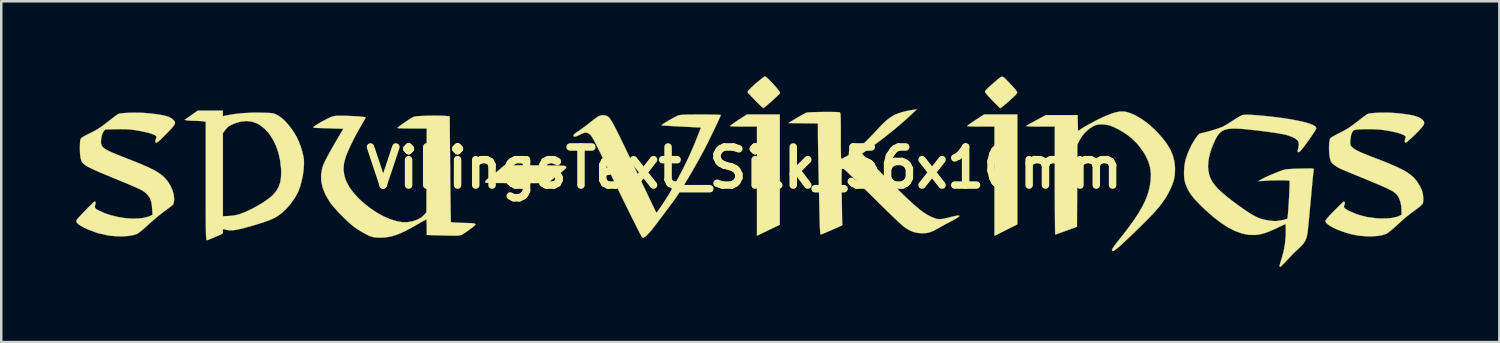
<source format=kicad_pcb>
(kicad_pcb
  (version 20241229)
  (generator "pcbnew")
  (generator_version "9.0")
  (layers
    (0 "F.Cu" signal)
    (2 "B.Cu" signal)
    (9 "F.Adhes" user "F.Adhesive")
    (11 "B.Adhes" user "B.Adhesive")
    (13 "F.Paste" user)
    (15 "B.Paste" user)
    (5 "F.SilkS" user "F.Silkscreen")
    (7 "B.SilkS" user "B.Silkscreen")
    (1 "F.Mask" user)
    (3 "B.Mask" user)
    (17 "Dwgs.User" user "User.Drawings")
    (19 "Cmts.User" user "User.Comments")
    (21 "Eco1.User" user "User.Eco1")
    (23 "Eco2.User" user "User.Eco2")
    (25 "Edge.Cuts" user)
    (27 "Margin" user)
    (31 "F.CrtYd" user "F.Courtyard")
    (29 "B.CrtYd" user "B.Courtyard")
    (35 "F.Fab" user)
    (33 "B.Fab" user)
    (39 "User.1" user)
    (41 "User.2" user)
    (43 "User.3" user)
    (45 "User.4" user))
  (footprint "VikingsText_Silk_56x10mm"
    (layer "F.Cu")
    (at 26.718 3.663)
    (property "Reference" "VikingsText_Silk_56x10mm" (at 0 0 0) (layer "F.SilkS") (effects (font (size 1.524 1.524) (thickness 0.3))))
    (attr through_hole)
    (fp_poly (pts (xy 1.421 2.273) (xy 0.964 2.494) (xy 0.508 2.715) (xy 0.508 -1.651) (xy -0.021 -1.651) (xy -0.18 -1.652) (xy -0.322 -1.654) (xy -0.438 -1.657) (xy -0.522 -1.662) (xy -0.564 -1.667) (xy -0.568 -1.669) (xy -0.554 -1.687) (xy -0.503 -1.729) (xy -0.423 -1.787) (xy -0.32 -1.857) (xy -0.241 -1.91) (xy 0.104 -2.134) (xy 1.422 -2.134) (xy 1.421 2.273)) (stroke (width 0.01) (type solid)) (fill yes) (layer "F.SilkS"))
    (fp_poly (pts (xy 10.922 2.26) (xy 10.465 2.489) (xy 10.008 2.718) (xy 10.008 -1.651) (xy 9.461 -1.651) (xy 9.3 -1.652) (xy 9.158 -1.655) (xy 9.043 -1.659) (xy 8.96 -1.665) (xy 8.919 -1.671) (xy 8.915 -1.674) (xy 8.936 -1.694) (xy 8.992 -1.737) (xy 9.076 -1.796) (xy 9.182 -1.868) (xy 9.255 -1.915) (xy 9.594 -2.134) (xy 10.922 -2.134) (xy 10.922 2.26)) (stroke (width 0.01) (type solid)) (fill yes) (layer "F.SilkS"))
    (fp_poly (pts (xy -8.421 -0.099) (xy -8.18 -0.098) (xy -7.953 -0.097) (xy -7.746 -0.094) (xy -7.563 -0.092) (xy -7.41 -0.089) (xy -7.293 -0.086) (xy -7.217 -0.082) (xy -7.188 -0.079) (xy -7.135 -0.055) (xy -7.121 -0.021) (xy -7.146 0.027) (xy -7.213 0.092) (xy -7.308 0.167) (xy -7.421 0.254) (xy -7.546 0.352) (xy -7.657 0.444) (xy -7.679 0.462) (xy -7.851 0.61) (xy -9.09 0.61) (xy -9.337 0.609) (xy -9.567 0.608) (xy -9.777 0.607) (xy -9.962 0.605) (xy -10.116 0.602) (xy -10.234 0.599) (xy -10.313 0.596) (xy -10.346 0.593) (xy -10.346 0.593) (xy -10.363 0.558) (xy -10.344 0.515) (xy -10.288 0.459) (xy -10.193 0.387) (xy -10.099 0.317) (xy -9.984 0.227) (xy -9.867 0.132) (xy -9.807 0.083) (xy -9.591 -0.102) (xy -8.421 -0.099)) (stroke (width 0.01) (type solid)) (fill yes) (layer "F.SilkS"))
    (fp_poly (pts (xy 0.864 -3.639) (xy 0.925 -3.59) (xy 1.002 -3.517) (xy 1.088 -3.428) (xy 1.178 -3.331) (xy 1.264 -3.233) (xy 1.339 -3.141) (xy 1.396 -3.065) (xy 1.429 -3.01) (xy 1.433 -2.989) (xy 1.411 -2.961) (xy 1.358 -2.908) (xy 1.282 -2.836) (xy 1.192 -2.752) (xy 1.094 -2.664) (xy 0.997 -2.578) (xy 0.907 -2.5) (xy 0.833 -2.438) (xy 0.783 -2.398) (xy 0.763 -2.388) (xy 0.739 -2.405) (xy 0.686 -2.453) (xy 0.611 -2.525) (xy 0.519 -2.615) (xy 0.453 -2.681) (xy 0.354 -2.784) (xy 0.267 -2.876) (xy 0.198 -2.95) (xy 0.154 -3.001) (xy 0.142 -3.017) (xy 0.138 -3.044) (xy 0.159 -3.083) (xy 0.208 -3.139) (xy 0.292 -3.22) (xy 0.294 -3.222) (xy 0.42 -3.337) (xy 0.539 -3.441) (xy 0.646 -3.531) (xy 0.734 -3.6) (xy 0.797 -3.644) (xy 0.828 -3.658) (xy 0.864 -3.639)) (stroke (width 0.01) (type solid)) (fill yes) (layer "F.SilkS"))
    (fp_poly (pts (xy 10.355 -3.635) (xy 10.372 -3.624) (xy 10.416 -3.588) (xy 10.482 -3.523) (xy 10.564 -3.439) (xy 10.653 -3.345) (xy 10.74 -3.249) (xy 10.817 -3.162) (xy 10.875 -3.091) (xy 10.907 -3.045) (xy 10.909 -3.042) (xy 10.916 -3.014) (xy 10.905 -2.982) (xy 10.872 -2.939) (xy 10.811 -2.876) (xy 10.744 -2.812) (xy 10.624 -2.702) (xy 10.51 -2.601) (xy 10.408 -2.514) (xy 10.325 -2.445) (xy 10.266 -2.402) (xy 10.24 -2.388) (xy 10.217 -2.405) (xy 10.165 -2.453) (xy 10.09 -2.526) (xy 9.999 -2.617) (xy 9.924 -2.695) (xy 9.825 -2.799) (xy 9.74 -2.892) (xy 9.675 -2.968) (xy 9.636 -3.02) (xy 9.627 -3.039) (xy 9.638 -3.072) (xy 9.676 -3.121) (xy 9.743 -3.19) (xy 9.843 -3.283) (xy 9.979 -3.402) (xy 9.989 -3.411) (xy 10.105 -3.51) (xy 10.189 -3.579) (xy 10.249 -3.622) (xy 10.293 -3.643) (xy 10.326 -3.646) (xy 10.355 -3.635)) (stroke (width 0.01) (type solid)) (fill yes) (layer "F.SilkS"))
    (fp_poly (pts (xy 15.3 -2.233) (xy 15.454 -2.183) (xy 15.625 -2.105) (xy 15.721 -2.055) (xy 15.965 -1.906) (xy 16.205 -1.721) (xy 16.449 -1.495) (xy 16.501 -1.442) (xy 16.726 -1.193) (xy 16.906 -0.955) (xy 17.044 -0.725) (xy 17.142 -0.495) (xy 17.202 -0.261) (xy 17.228 -0.018) (xy 17.229 0.064) (xy 17.22 0.271) (xy 17.189 0.457) (xy 17.132 0.642) (xy 17.045 0.844) (xy 17.036 0.864) (xy 16.96 1.013) (xy 16.88 1.154) (xy 16.792 1.291) (xy 16.693 1.43) (xy 16.579 1.575) (xy 16.445 1.729) (xy 16.288 1.899) (xy 16.105 2.088) (xy 15.891 2.301) (xy 15.643 2.542) (xy 15.629 2.556) (xy 15.419 2.758) (xy 15.243 2.925) (xy 15.097 3.06) (xy 14.979 3.165) (xy 14.886 3.242) (xy 14.816 3.294) (xy 14.765 3.322) (xy 14.732 3.329) (xy 14.713 3.315) (xy 14.707 3.285) (xy 14.707 3.278) (xy 14.722 3.24) (xy 14.764 3.173) (xy 14.827 3.084) (xy 14.905 2.983) (xy 14.925 2.958) (xy 15.184 2.633) (xy 15.409 2.337) (xy 15.602 2.068) (xy 15.765 1.82) (xy 15.9 1.59) (xy 16.011 1.373) (xy 16.099 1.164) (xy 16.166 0.959) (xy 16.216 0.754) (xy 16.25 0.545) (xy 16.253 0.521) (xy 16.266 0.25) (xy 16.235 -0.009) (xy 16.16 -0.262) (xy 16.037 -0.517) (xy 15.942 -0.671) (xy 15.733 -0.946) (xy 15.498 -1.181) (xy 15.231 -1.382) (xy 15.127 -1.446) (xy 14.938 -1.553) (xy 14.779 -1.632) (xy 14.64 -1.686) (xy 14.51 -1.719) (xy 14.381 -1.735) (xy 14.313 -1.737) (xy 14.199 -1.736) (xy 14.115 -1.726) (xy 14.039 -1.702) (xy 13.959 -1.666) (xy 13.805 -1.569) (xy 13.655 -1.437) (xy 13.521 -1.283) (xy 13.417 -1.121) (xy 13.408 -1.102) (xy 13.322 -0.927) (xy 13.315 0.714) (xy 13.308 2.356) (xy 12.883 2.512) (xy 12.745 2.562) (xy 12.624 2.605) (xy 12.527 2.639) (xy 12.463 2.661) (xy 12.44 2.667) (xy 12.437 2.642) (xy 12.434 2.57) (xy 12.431 2.455) (xy 12.429 2.3) (xy 12.427 2.109) (xy 12.425 1.885) (xy 12.423 1.633) (xy 12.422 1.356) (xy 12.421 1.058) (xy 12.421 0.742) (xy 12.421 0.508) (xy 12.421 -1.651) (xy 11.849 -1.651) (xy 11.685 -1.652) (xy 11.539 -1.654) (xy 11.419 -1.658) (xy 11.331 -1.662) (xy 11.284 -1.667) (xy 11.278 -1.67) (xy 11.299 -1.688) (xy 11.358 -1.725) (xy 11.448 -1.777) (xy 11.561 -1.84) (xy 11.671 -1.899) (xy 12.063 -2.108) (xy 13.333 -2.108) (xy 13.348 -1.472) (xy 13.44 -1.535) (xy 13.546 -1.603) (xy 13.687 -1.685) (xy 13.848 -1.774) (xy 14.019 -1.865) (xy 14.187 -1.951) (xy 14.338 -2.024) (xy 14.434 -2.067) (xy 14.653 -2.155) (xy 14.839 -2.216) (xy 15.003 -2.25) (xy 15.153 -2.255) (xy 15.3 -2.233)) (stroke (width 0.01) (type solid)) (fill yes) (layer "F.SilkS"))
    (fp_poly (pts (xy -20.853 -2.066) (xy -20.695 -2.099) (xy -20.368 -2.155) (xy -20.027 -2.19) (xy -19.658 -2.206) (xy -19.375 -2.206) (xy -19.2 -2.202) (xy -19.068 -2.199) (xy -18.968 -2.194) (xy -18.894 -2.187) (xy -18.837 -2.176) (xy -18.787 -2.161) (xy -18.737 -2.14) (xy -18.701 -2.124) (xy -18.563 -2.041) (xy -18.416 -1.918) (xy -18.267 -1.762) (xy -18.123 -1.583) (xy -17.99 -1.388) (xy -17.884 -1.198) (xy -17.805 -1.024) (xy -17.734 -0.831) (xy -17.674 -0.634) (xy -17.632 -0.451) (xy -17.613 -0.317) (xy -17.61 -0.128) (xy -17.627 0.09) (xy -17.661 0.323) (xy -17.71 0.554) (xy -17.771 0.769) (xy -17.84 0.952) (xy -17.842 0.957) (xy -17.965 1.185) (xy -18.118 1.406) (xy -18.293 1.611) (xy -18.481 1.792) (xy -18.675 1.937) (xy -18.791 2.004) (xy -18.941 2.072) (xy -19.14 2.147) (xy -19.387 2.228) (xy -19.685 2.318) (xy -19.761 2.34) (xy -19.985 2.401) (xy -20.169 2.447) (xy -20.319 2.478) (xy -20.443 2.496) (xy -20.547 2.5) (xy -20.64 2.493) (xy -20.707 2.48) (xy -20.853 2.445) (xy -20.853 2.541) (xy -20.855 2.588) (xy -20.866 2.621) (xy -20.896 2.648) (xy -20.954 2.678) (xy -21.05 2.718) (xy -21.05 2.718) (xy -21.159 2.763) (xy -21.266 2.808) (xy -21.349 2.843) (xy -21.358 2.847) (xy -21.432 2.876) (xy -21.489 2.893) (xy -21.504 2.896) (xy -21.51 2.889) (xy -21.516 2.868) (xy -21.52 2.829) (xy -21.524 2.77) (xy -21.528 2.688) (xy -21.531 2.58) (xy -21.533 2.443) (xy -21.535 2.275) (xy -21.536 2.072) (xy -21.538 1.832) (xy -21.538 1.551) (xy -21.539 1.228) (xy -21.539 0.86) (xy -21.539 0.524) (xy -21.539 -1.389) (xy -20.853 -1.389) (xy -20.853 1.937) (xy -20.606 1.925) (xy -20.417 1.907) (xy -20.251 1.872) (xy -20.155 1.842) (xy -19.968 1.77) (xy -19.767 1.677) (xy -19.56 1.57) (xy -19.359 1.455) (xy -19.173 1.337) (xy -19.011 1.223) (xy -18.885 1.117) (xy -18.855 1.088) (xy -18.726 0.936) (xy -18.63 0.778) (xy -18.566 0.605) (xy -18.531 0.409) (xy -18.521 0.18) (xy -18.526 0.025) (xy -18.563 -0.298) (xy -18.632 -0.605) (xy -18.732 -0.891) (xy -18.86 -1.149) (xy -19.013 -1.377) (xy -19.189 -1.568) (xy -19.385 -1.718) (xy -19.492 -1.778) (xy -19.695 -1.849) (xy -19.912 -1.873) (xy -20.14 -1.85) (xy -20.374 -1.78) (xy -20.443 -1.75) (xy -20.556 -1.696) (xy -20.637 -1.646) (xy -20.701 -1.587) (xy -20.766 -1.509) (xy -20.781 -1.488) (xy -20.853 -1.389) (xy -21.539 -1.389) (xy -21.539 -1.847) (xy -21.657 -1.863) (xy -21.742 -1.872) (xy -21.854 -1.878) (xy -21.971 -1.881) (xy -21.981 -1.881) (xy -22.093 -1.884) (xy -22.2 -1.89) (xy -22.279 -1.899) (xy -22.286 -1.9) (xy -22.385 -1.918) (xy -22.124 -2.102) (xy -21.862 -2.286) (xy -20.853 -2.286) (xy -20.853 -2.066)) (stroke (width 0.01) (type solid)) (fill yes) (layer "F.SilkS"))
    (fp_poly (pts (xy 6.68 -2.132) (xy 6.379 -1.857) (xy 6.044 -1.571) (xy 5.687 -1.284) (xy 5.321 -1.005) (xy 5.012 -0.782) (xy 4.703 -0.566) (xy 5.698 0.424) (xy 5.965 0.689) (xy 6.2 0.92) (xy 6.407 1.12) (xy 6.588 1.292) (xy 6.747 1.438) (xy 6.887 1.561) (xy 7.011 1.664) (xy 7.124 1.75) (xy 7.227 1.822) (xy 7.325 1.881) (xy 7.421 1.932) (xy 7.517 1.977) (xy 7.562 1.996) (xy 7.667 2.033) (xy 7.768 2.051) (xy 7.875 2.05) (xy 8.003 2.031) (xy 8.165 1.992) (xy 8.169 1.991) (xy 8.349 1.945) (xy 8.482 1.917) (xy 8.567 1.907) (xy 8.604 1.915) (xy 8.594 1.941) (xy 8.538 1.986) (xy 8.434 2.049) (xy 8.283 2.131) (xy 8.253 2.146) (xy 8.115 2.219) (xy 7.976 2.294) (xy 7.85 2.363) (xy 7.752 2.418) (xy 7.734 2.429) (xy 7.574 2.516) (xy 7.433 2.573) (xy 7.296 2.605) (xy 7.144 2.616) (xy 7.11 2.616) (xy 6.926 2.603) (xy 6.757 2.562) (xy 6.588 2.486) (xy 6.439 2.395) (xy 6.373 2.344) (xy 6.272 2.257) (xy 6.137 2.133) (xy 5.967 1.972) (xy 5.763 1.776) (xy 5.524 1.543) (xy 5.251 1.274) (xy 5.156 1.179) (xy 4.959 0.984) (xy 4.77 0.798) (xy 4.595 0.626) (xy 4.435 0.471) (xy 4.295 0.335) (xy 4.178 0.222) (xy 4.086 0.135) (xy 4.024 0.078) (xy 3.994 0.053) (xy 3.994 0.053) (xy 3.94 0.036) (xy 3.908 0.04) (xy 3.901 0.062) (xy 3.896 0.121) (xy 3.893 0.217) (xy 3.891 0.354) (xy 3.891 0.535) (xy 3.893 0.76) (xy 3.896 1.033) (xy 3.899 1.178) (xy 3.917 2.299) (xy 3.501 2.483) (xy 3.366 2.542) (xy 3.246 2.594) (xy 3.149 2.634) (xy 3.083 2.659) (xy 3.057 2.667) (xy 3.048 2.648) (xy 3.039 2.59) (xy 3.031 2.491) (xy 3.024 2.347) (xy 3.017 2.157) (xy 3.012 1.949) (xy 3.001 1.502) (xy 2.992 1.072) (xy 2.983 0.665) (xy 2.975 0.282) (xy 2.967 -0.072) (xy 2.961 -0.394) (xy 2.956 -0.681) (xy 2.952 -0.93) (xy 2.949 -1.137) (xy 2.947 -1.3) (xy 2.947 -1.39) (xy 2.946 -1.777) (xy 1.765 -1.791) (xy 2.083 -1.984) (xy 2.203 -2.056) (xy 2.316 -2.12) (xy 2.409 -2.17) (xy 2.474 -2.201) (xy 2.487 -2.206) (xy 2.534 -2.214) (xy 2.623 -2.221) (xy 2.744 -2.226) (xy 2.888 -2.231) (xy 3.047 -2.234) (xy 3.212 -2.236) (xy 3.373 -2.236) (xy 3.523 -2.235) (xy 3.651 -2.233) (xy 3.75 -2.228) (xy 3.81 -2.222) (xy 3.821 -2.22) (xy 3.831 -2.211) (xy 3.84 -2.191) (xy 3.847 -2.155) (xy 3.852 -2.098) (xy 3.855 -2.014) (xy 3.858 -1.9) (xy 3.86 -1.751) (xy 3.861 -1.561) (xy 3.861 -1.326) (xy 3.861 -1.28) (xy 3.861 -1.069) (xy 3.862 -0.875) (xy 3.864 -0.703) (xy 3.866 -0.56) (xy 3.868 -0.451) (xy 3.871 -0.381) (xy 3.874 -0.356) (xy 3.874 -0.356) (xy 3.912 -0.368) (xy 3.983 -0.401) (xy 4.075 -0.45) (xy 4.177 -0.507) (xy 4.279 -0.566) (xy 4.37 -0.623) (xy 4.435 -0.667) (xy 4.54 -0.752) (xy 4.671 -0.87) (xy 4.824 -1.015) (xy 4.991 -1.182) (xy 5.167 -1.365) (xy 5.343 -1.556) (xy 5.519 -1.74) (xy 5.677 -1.888) (xy 5.825 -2.004) (xy 5.97 -2.095) (xy 6.018 -2.12) (xy 6.128 -2.167) (xy 6.273 -2.214) (xy 6.435 -2.259) (xy 6.598 -2.295) (xy 6.745 -2.319) (xy 6.756 -2.321) (xy 6.896 -2.337) (xy 6.68 -2.132)) (stroke (width 0.01) (type solid)) (fill yes) (layer "F.SilkS"))
    (fp_poly (pts (xy -1.543 -2.132) (xy -1.36 -2.13) (xy -1.204 -2.127) (xy -1.078 -2.124) (xy -0.99 -2.119) (xy -0.945 -2.114) (xy -0.94 -2.111) (xy -0.951 -2.079) (xy -0.981 -2.007) (xy -1.028 -1.904) (xy -1.088 -1.775) (xy -1.158 -1.627) (xy -1.235 -1.466) (xy -1.316 -1.3) (xy -1.397 -1.134) (xy -1.475 -0.976) (xy -1.548 -0.832) (xy -1.612 -0.708) (xy -1.637 -0.66) (xy -1.776 -0.405) (xy -1.926 -0.137) (xy -2.082 0.135) (xy -2.238 0.402) (xy -2.39 0.654) (xy -2.531 0.882) (xy -2.657 1.078) (xy -2.701 1.143) (xy -2.748 1.211) (xy -2.821 1.312) (xy -2.914 1.438) (xy -3.021 1.583) (xy -3.138 1.74) (xy -3.258 1.9) (xy -3.376 2.057) (xy -3.487 2.203) (xy -3.585 2.331) (xy -3.665 2.434) (xy -3.718 2.502) (xy -3.805 2.602) (xy -3.891 2.689) (xy -3.965 2.754) (xy -4.022 2.789) (xy -4.04 2.794) (xy -4.066 2.777) (xy -4.108 2.737) (xy -4.109 2.736) (xy -4.129 2.705) (xy -4.168 2.631) (xy -4.226 2.519) (xy -4.301 2.372) (xy -4.391 2.193) (xy -4.494 1.986) (xy -4.609 1.756) (xy -4.733 1.504) (xy -4.864 1.235) (xy -5.002 0.952) (xy -5.052 0.85) (xy -5.224 0.495) (xy -5.376 0.183) (xy -5.509 -0.09) (xy -5.624 -0.326) (xy -5.723 -0.527) (xy -5.807 -0.698) (xy -5.878 -0.84) (xy -5.937 -0.956) (xy -5.986 -1.05) (xy -6.025 -1.125) (xy -6.058 -1.183) (xy -6.085 -1.227) (xy -6.107 -1.26) (xy -6.126 -1.286) (xy -6.144 -1.306) (xy -6.162 -1.324) (xy -6.165 -1.327) (xy -6.243 -1.387) (xy -6.32 -1.412) (xy -6.409 -1.401) (xy -6.52 -1.356) (xy -6.56 -1.335) (xy -6.68 -1.277) (xy -6.764 -1.249) (xy -6.813 -1.252) (xy -6.832 -1.284) (xy -6.833 -1.293) (xy -6.809 -1.338) (xy -6.737 -1.399) (xy -6.661 -1.449) (xy -6.576 -1.506) (xy -6.466 -1.585) (xy -6.342 -1.677) (xy -6.219 -1.773) (xy -6.196 -1.791) (xy -6.085 -1.878) (xy -5.982 -1.957) (xy -5.895 -2.019) (xy -5.835 -2.06) (xy -5.822 -2.067) (xy -5.705 -2.103) (xy -5.58 -2.101) (xy -5.486 -2.07) (xy -5.461 -2.056) (xy -5.436 -2.038) (xy -5.41 -2.014) (xy -5.382 -1.982) (xy -5.35 -1.938) (xy -5.313 -1.88) (xy -5.269 -1.805) (xy -5.218 -1.711) (xy -5.156 -1.594) (xy -5.085 -1.453) (xy -5 -1.283) (xy -4.902 -1.084) (xy -4.789 -0.851) (xy -4.66 -0.582) (xy -4.512 -0.275) (xy -4.345 0.074) (xy -4.216 0.343) (xy -4.095 0.596) (xy -3.98 0.835) (xy -3.874 1.057) (xy -3.778 1.257) (xy -3.694 1.432) (xy -3.624 1.577) (xy -3.57 1.689) (xy -3.534 1.764) (xy -3.517 1.797) (xy -3.516 1.799) (xy -3.499 1.784) (xy -3.46 1.733) (xy -3.403 1.653) (xy -3.333 1.551) (xy -3.254 1.435) (xy -3.172 1.31) (xy -3.092 1.184) (xy -3.017 1.065) (xy -2.997 1.032) (xy -2.712 0.539) (xy -2.44 0.024) (xy -2.189 -0.498) (xy -1.967 -1.01) (xy -1.889 -1.206) (xy -1.732 -1.613) (xy -2.515 -1.651) (xy -2.709 -1.661) (xy -2.887 -1.671) (xy -3.042 -1.68) (xy -3.167 -1.689) (xy -3.257 -1.696) (xy -3.306 -1.701) (xy -3.312 -1.703) (xy -3.297 -1.72) (xy -3.246 -1.756) (xy -3.168 -1.806) (xy -3.072 -1.864) (xy -2.967 -1.925) (xy -2.862 -1.984) (xy -2.765 -2.036) (xy -2.686 -2.075) (xy -2.657 -2.088) (xy -2.622 -2.1) (xy -2.578 -2.11) (xy -2.52 -2.117) (xy -2.441 -2.123) (xy -2.336 -2.127) (xy -2.2 -2.13) (xy -2.026 -2.131) (xy -1.808 -2.132) (xy -1.746 -2.132) (xy -1.543 -2.132)) (stroke (width 0.01) (type solid)) (fill yes) (layer "F.SilkS"))
    (fp_poly (pts (xy -24.21 -2.204) (xy -24.036 -2.198) (xy -23.884 -2.187) (xy -23.625 -2.16) (xy -23.412 -2.132) (xy -23.238 -2.1) (xy -23.098 -2.064) (xy -22.987 -2.021) (xy -22.899 -1.971) (xy -22.828 -1.911) (xy -22.824 -1.907) (xy -22.788 -1.864) (xy -22.769 -1.822) (xy -22.771 -1.775) (xy -22.796 -1.719) (xy -22.847 -1.648) (xy -22.927 -1.556) (xy -23.038 -1.439) (xy -23.14 -1.336) (xy -23.263 -1.213) (xy -23.356 -1.122) (xy -23.424 -1.061) (xy -23.472 -1.024) (xy -23.503 -1.008) (xy -23.524 -1.01) (xy -23.53 -1.013) (xy -23.552 -1.041) (xy -23.552 -1.08) (xy -23.534 -1.141) (xy -23.516 -1.208) (xy -23.514 -1.256) (xy -23.517 -1.263) (xy -23.566 -1.303) (xy -23.661 -1.346) (xy -23.795 -1.39) (xy -23.963 -1.433) (xy -24.16 -1.474) (xy -24.38 -1.511) (xy -24.397 -1.514) (xy -24.56 -1.533) (xy -24.737 -1.544) (xy -24.941 -1.547) (xy -25.117 -1.545) (xy -25.558 -1.536) (xy -25.616 -1.468) (xy -25.664 -1.385) (xy -25.702 -1.267) (xy -25.725 -1.131) (xy -25.73 -1.029) (xy -25.725 -0.964) (xy -25.708 -0.905) (xy -25.675 -0.85) (xy -25.621 -0.796) (xy -25.542 -0.741) (xy -25.435 -0.682) (xy -25.294 -0.616) (xy -25.116 -0.541) (xy -24.897 -0.454) (xy -24.74 -0.393) (xy -24.436 -0.275) (xy -24.176 -0.169) (xy -23.954 -0.075) (xy -23.767 0.011) (xy -23.609 0.091) (xy -23.476 0.168) (xy -23.363 0.244) (xy -23.265 0.321) (xy -23.179 0.4) (xy -23.055 0.547) (xy -22.95 0.716) (xy -22.87 0.897) (xy -22.819 1.077) (xy -22.802 1.245) (xy -22.808 1.323) (xy -22.822 1.399) (xy -22.838 1.455) (xy -22.843 1.467) (xy -22.87 1.492) (xy -22.93 1.54) (xy -23.016 1.605) (xy -23.12 1.682) (xy -23.171 1.719) (xy -23.298 1.815) (xy -23.447 1.934) (xy -23.603 2.065) (xy -23.752 2.196) (xy -23.831 2.267) (xy -23.956 2.381) (xy -24.073 2.482) (xy -24.174 2.564) (xy -24.251 2.62) (xy -24.289 2.642) (xy -24.439 2.69) (xy -24.627 2.723) (xy -24.843 2.739) (xy -25.075 2.738) (xy -25.313 2.72) (xy -25.49 2.694) (xy -25.884 2.601) (xy -26.252 2.464) (xy -26.393 2.397) (xy -26.535 2.319) (xy -26.633 2.254) (xy -26.691 2.196) (xy -26.713 2.143) (xy -26.707 2.095) (xy -26.683 2.061) (xy -26.632 2) (xy -26.558 1.919) (xy -26.47 1.824) (xy -26.373 1.722) (xy -26.274 1.62) (xy -26.179 1.525) (xy -26.096 1.444) (xy -26.031 1.383) (xy -25.99 1.35) (xy -25.981 1.346) (xy -25.949 1.367) (xy -25.945 1.422) (xy -25.962 1.484) (xy -25.977 1.55) (xy -25.966 1.601) (xy -25.921 1.648) (xy -25.835 1.7) (xy -25.804 1.716) (xy -25.57 1.819) (xy -25.314 1.902) (xy -25.047 1.966) (xy -24.776 2.009) (xy -24.511 2.03) (xy -24.261 2.028) (xy -24.033 2.003) (xy -23.837 1.953) (xy -23.779 1.929) (xy -23.666 1.879) (xy -23.68 1.645) (xy -23.699 1.456) (xy -23.733 1.307) (xy -23.787 1.185) (xy -23.864 1.08) (xy -23.901 1.042) (xy -23.941 1.005) (xy -23.981 0.971) (xy -24.027 0.938) (xy -24.083 0.904) (xy -24.154 0.866) (xy -24.244 0.822) (xy -24.358 0.771) (xy -24.501 0.709) (xy -24.677 0.635) (xy -24.892 0.546) (xy -25.139 0.444) (xy -25.424 0.326) (xy -25.666 0.225) (xy -25.869 0.139) (xy -26.035 0.064) (xy -26.17 -0.000438) (xy -26.277 -0.057) (xy -26.359 -0.109) (xy -26.421 -0.158) (xy -26.466 -0.205) (xy -26.498 -0.254) (xy -26.52 -0.307) (xy -26.538 -0.366) (xy -26.545 -0.394) (xy -26.558 -0.482) (xy -26.568 -0.6) (xy -26.573 -0.735) (xy -26.573 -0.871) (xy -26.568 -0.995) (xy -26.559 -1.091) (xy -26.551 -1.13) (xy -26.537 -1.162) (xy -26.511 -1.192) (xy -26.466 -1.226) (xy -26.396 -1.268) (xy -26.292 -1.323) (xy -26.161 -1.389) (xy -25.996 -1.473) (xy -25.858 -1.552) (xy -25.729 -1.636) (xy -25.594 -1.734) (xy -25.45 -1.846) (xy -25.332 -1.939) (xy -25.222 -2.023) (xy -25.129 -2.092) (xy -25.061 -2.139) (xy -25.031 -2.156) (xy -24.967 -2.173) (xy -24.861 -2.187) (xy -24.723 -2.197) (xy -24.562 -2.204) (xy -24.388 -2.206) (xy -24.21 -2.204)) (stroke (width 0.01) (type solid)) (fill yes) (layer "F.SilkS"))
    (fp_poly (pts (xy -12.147 -2.084) (xy -12.01 -2.08) (xy -11.899 -2.073) (xy -11.821 -2.065) (xy -11.784 -2.054) (xy -11.782 -2.051) (xy -11.782 -2.021) (xy -11.781 -1.945) (xy -11.779 -1.825) (xy -11.778 -1.666) (xy -11.776 -1.471) (xy -11.774 -1.245) (xy -11.772 -0.99) (xy -11.769 -0.712) (xy -11.767 -0.414) (xy -11.765 -0.099) (xy -11.763 0.068) (xy -11.761 0.389) (xy -11.758 0.695) (xy -11.755 0.983) (xy -11.752 1.249) (xy -11.748 1.488) (xy -11.745 1.698) (xy -11.742 1.874) (xy -11.739 2.013) (xy -11.736 2.11) (xy -11.733 2.162) (xy -11.732 2.171) (xy -11.702 2.177) (xy -11.631 2.183) (xy -11.525 2.19) (xy -11.395 2.196) (xy -11.274 2.201) (xy -11.08 2.207) (xy -10.933 2.213) (xy -10.831 2.221) (xy -10.77 2.235) (xy -10.748 2.255) (xy -10.761 2.286) (xy -10.806 2.329) (xy -10.88 2.387) (xy -10.965 2.451) (xy -11.074 2.531) (xy -11.177 2.601) (xy -11.263 2.655) (xy -11.321 2.686) (xy -11.325 2.687) (xy -11.367 2.698) (xy -11.428 2.705) (xy -11.515 2.71) (xy -11.633 2.711) (xy -11.788 2.709) (xy -11.986 2.705) (xy -12.059 2.703) (xy -12.7 2.685) (xy -12.7 2.371) (xy -12.701 2.252) (xy -12.703 2.153) (xy -12.707 2.085) (xy -12.711 2.058) (xy -12.711 2.057) (xy -12.736 2.07) (xy -12.797 2.103) (xy -12.888 2.154) (xy -13.001 2.219) (xy -13.124 2.29) (xy -13.36 2.423) (xy -13.563 2.529) (xy -13.742 2.612) (xy -13.905 2.677) (xy -14.061 2.726) (xy -14.135 2.745) (xy -14.313 2.777) (xy -14.5 2.792) (xy -14.68 2.789) (xy -14.838 2.77) (xy -14.924 2.748) (xy -15.051 2.695) (xy -15.203 2.616) (xy -15.367 2.52) (xy -15.531 2.412) (xy -15.61 2.356) (xy -15.729 2.26) (xy -15.868 2.136) (xy -16.018 1.994) (xy -16.169 1.841) (xy -16.313 1.687) (xy -16.441 1.542) (xy -16.544 1.414) (xy -16.592 1.346) (xy -16.751 1.071) (xy -16.859 0.803) (xy -16.918 0.541) (xy -16.926 0.283) (xy -16.884 0.03) (xy -16.84 -0.107) (xy -16.801 -0.198) (xy -16.738 -0.327) (xy -16.653 -0.488) (xy -16.549 -0.677) (xy -16.43 -0.889) (xy -16.297 -1.118) (xy -16.238 -1.219) (xy -16.035 -1.562) (xy -16.52 -1.578) (xy -16.682 -1.583) (xy -16.834 -1.588) (xy -16.967 -1.592) (xy -17.07 -1.595) (xy -17.129 -1.597) (xy -17.201 -1.601) (xy -17.231 -1.61) (xy -17.229 -1.628) (xy -17.22 -1.64) (xy -17.178 -1.675) (xy -17.101 -1.727) (xy -16.998 -1.789) (xy -16.88 -1.856) (xy -16.758 -1.922) (xy -16.641 -1.981) (xy -16.597 -2.001) (xy -16.523 -2.034) (xy -16.462 -2.056) (xy -16.402 -2.07) (xy -16.33 -2.078) (xy -16.234 -2.082) (xy -16.103 -2.083) (xy -16.062 -2.083) (xy -15.938 -2.081) (xy -15.798 -2.076) (xy -15.651 -2.069) (xy -15.507 -2.061) (xy -15.376 -2.051) (xy -15.265 -2.04) (xy -15.185 -2.03) (xy -15.145 -2.021) (xy -15.143 -2.02) (xy -15.153 -1.996) (xy -15.184 -1.937) (xy -15.233 -1.849) (xy -15.295 -1.74) (xy -15.338 -1.665) (xy -15.481 -1.413) (xy -15.614 -1.162) (xy -15.735 -0.919) (xy -15.838 -0.695) (xy -15.919 -0.499) (xy -15.95 -0.411) (xy -16.012 -0.165) (xy -16.027 0.076) (xy -15.996 0.313) (xy -15.917 0.547) (xy -15.79 0.782) (xy -15.614 1.017) (xy -15.389 1.256) (xy -15.247 1.387) (xy -14.979 1.602) (xy -14.702 1.789) (xy -14.422 1.943) (xy -14.146 2.061) (xy -13.88 2.14) (xy -13.67 2.174) (xy -13.473 2.174) (xy -13.277 2.141) (xy -13.093 2.081) (xy -12.933 1.996) (xy -12.808 1.89) (xy -12.79 1.868) (xy -12.713 1.773) (xy -12.699 -1.575) (xy -13.284 -1.575) (xy -13.45 -1.576) (xy -13.598 -1.578) (xy -13.72 -1.581) (xy -13.81 -1.586) (xy -13.86 -1.591) (xy -13.868 -1.594) (xy -13.848 -1.619) (xy -13.793 -1.664) (xy -13.713 -1.724) (xy -13.617 -1.792) (xy -13.513 -1.863) (xy -13.41 -1.93) (xy -13.318 -1.987) (xy -13.245 -2.028) (xy -13.209 -2.044) (xy -13.152 -2.056) (xy -13.058 -2.066) (xy -12.934 -2.074) (xy -12.789 -2.08) (xy -12.629 -2.084) (xy -12.464 -2.086) (xy -12.301 -2.086) (xy -12.147 -2.084)) (stroke (width 0.01) (type solid)) (fill yes) (layer "F.SilkS"))
    (fp_poly (pts (xy 25.746 -2.206) (xy 25.921 -2.2) (xy 26.083 -2.188) (xy 26.101 -2.186) (xy 26.357 -2.158) (xy 26.567 -2.129) (xy 26.738 -2.097) (xy 26.874 -2.061) (xy 26.982 -2.02) (xy 27.066 -1.971) (xy 27.133 -1.914) (xy 27.137 -1.91) (xy 27.182 -1.849) (xy 27.195 -1.79) (xy 27.173 -1.723) (xy 27.115 -1.638) (xy 27.084 -1.6) (xy 27.013 -1.521) (xy 26.926 -1.43) (xy 26.83 -1.334) (xy 26.731 -1.239) (xy 26.636 -1.152) (xy 26.554 -1.079) (xy 26.489 -1.027) (xy 26.45 -1.003) (xy 26.443 -1.002) (xy 26.42 -1.043) (xy 26.42 -1.108) (xy 26.441 -1.168) (xy 26.456 -1.224) (xy 26.453 -1.252) (xy 26.413 -1.293) (xy 26.329 -1.336) (xy 26.204 -1.38) (xy 26.046 -1.423) (xy 25.857 -1.464) (xy 25.645 -1.502) (xy 25.571 -1.513) (xy 25.437 -1.529) (xy 25.283 -1.54) (xy 25.117 -1.546) (xy 24.948 -1.549) (xy 24.786 -1.547) (xy 24.638 -1.541) (xy 24.514 -1.531) (xy 24.422 -1.517) (xy 24.372 -1.499) (xy 24.371 -1.498) (xy 24.311 -1.419) (xy 24.268 -1.294) (xy 24.242 -1.123) (xy 24.241 -1.111) (xy 24.234 -1.013) (xy 24.236 -0.95) (xy 24.25 -0.905) (xy 24.279 -0.862) (xy 24.295 -0.843) (xy 24.338 -0.8) (xy 24.397 -0.756) (xy 24.475 -0.709) (xy 24.58 -0.656) (xy 24.714 -0.596) (xy 24.883 -0.526) (xy 25.091 -0.443) (xy 25.286 -0.369) (xy 25.587 -0.252) (xy 25.845 -0.147) (xy 26.063 -0.053) (xy 26.248 0.034) (xy 26.404 0.116) (xy 26.535 0.196) (xy 26.646 0.276) (xy 26.743 0.358) (xy 26.786 0.399) (xy 26.911 0.549) (xy 27.022 0.729) (xy 27.107 0.917) (xy 27.115 0.941) (xy 27.142 1.05) (xy 27.156 1.172) (xy 27.159 1.29) (xy 27.148 1.389) (xy 27.131 1.441) (xy 27.098 1.479) (xy 27.035 1.536) (xy 26.953 1.601) (xy 26.918 1.627) (xy 26.762 1.742) (xy 26.636 1.836) (xy 26.529 1.919) (xy 26.43 2.001) (xy 26.329 2.089) (xy 26.213 2.194) (xy 26.119 2.281) (xy 25.999 2.389) (xy 25.885 2.486) (xy 25.786 2.566) (xy 25.709 2.621) (xy 25.673 2.641) (xy 25.523 2.69) (xy 25.335 2.723) (xy 25.12 2.739) (xy 24.888 2.738) (xy 24.651 2.72) (xy 24.473 2.694) (xy 24.275 2.652) (xy 24.079 2.598) (xy 23.889 2.535) (xy 23.712 2.465) (xy 23.554 2.392) (xy 23.422 2.318) (xy 23.322 2.246) (xy 23.259 2.179) (xy 23.241 2.127) (xy 23.26 2.088) (xy 23.315 2.017) (xy 23.404 1.915) (xy 23.527 1.786) (xy 23.602 1.71) (xy 23.712 1.6) (xy 23.811 1.503) (xy 23.893 1.425) (xy 23.952 1.371) (xy 23.982 1.347) (xy 23.984 1.346) (xy 24.013 1.367) (xy 24.021 1.417) (xy 24.007 1.478) (xy 24.001 1.489) (xy 23.983 1.541) (xy 23.992 1.587) (xy 24.035 1.633) (xy 24.116 1.685) (xy 24.2 1.729) (xy 24.531 1.869) (xy 24.889 1.964) (xy 25.274 2.017) (xy 25.387 2.024) (xy 25.645 2.026) (xy 25.872 2.008) (xy 26.063 1.971) (xy 26.18 1.931) (xy 26.289 1.882) (xy 26.289 1.693) (xy 26.276 1.52) (xy 26.241 1.352) (xy 26.187 1.205) (xy 26.118 1.091) (xy 26.109 1.081) (xy 26.068 1.038) (xy 26.02 0.996) (xy 25.962 0.955) (xy 25.888 0.91) (xy 25.793 0.86) (xy 25.674 0.803) (xy 25.525 0.737) (xy 25.342 0.658) (xy 25.121 0.565) (xy 24.892 0.47) (xy 24.686 0.385) (xy 24.492 0.305) (xy 24.314 0.232) (xy 24.16 0.168) (xy 24.034 0.116) (xy 23.943 0.078) (xy 23.892 0.057) (xy 23.889 0.056) (xy 23.761 -0.008) (xy 23.642 -0.082) (xy 23.544 -0.16) (xy 23.478 -0.232) (xy 23.464 -0.257) (xy 23.43 -0.362) (xy 23.405 -0.503) (xy 23.391 -0.663) (xy 23.388 -0.829) (xy 23.395 -0.984) (xy 23.415 -1.115) (xy 23.433 -1.175) (xy 23.46 -1.201) (xy 23.526 -1.244) (xy 23.621 -1.298) (xy 23.737 -1.359) (xy 23.809 -1.395) (xy 23.974 -1.479) (xy 24.114 -1.559) (xy 24.246 -1.645) (xy 24.387 -1.747) (xy 24.509 -1.842) (xy 24.628 -1.934) (xy 24.738 -2.018) (xy 24.831 -2.087) (xy 24.9 -2.135) (xy 24.928 -2.152) (xy 24.991 -2.171) (xy 25.095 -2.186) (xy 25.232 -2.197) (xy 25.392 -2.205) (xy 25.566 -2.208) (xy 25.746 -2.206)) (stroke (width 0.01) (type solid)) (fill yes) (layer "F.SilkS"))
    (fp_poly (pts (xy 20.27 -2.119) (xy 20.452 -2.108) (xy 20.658 -2.091) (xy 20.88 -2.07) (xy 21.112 -2.044) (xy 21.347 -2.015) (xy 21.579 -1.983) (xy 21.801 -1.949) (xy 21.971 -1.919) (xy 22.238 -1.866) (xy 22.456 -1.814) (xy 22.627 -1.763) (xy 22.753 -1.711) (xy 22.835 -1.658) (xy 22.875 -1.604) (xy 22.88 -1.587) (xy 22.867 -1.552) (xy 22.829 -1.485) (xy 22.771 -1.393) (xy 22.698 -1.283) (xy 22.615 -1.162) (xy 22.528 -1.04) (xy 22.442 -0.922) (xy 22.363 -0.817) (xy 22.295 -0.732) (xy 22.244 -0.675) (xy 22.233 -0.665) (xy 22.175 -0.627) (xy 22.141 -0.633) (xy 22.132 -0.679) (xy 22.147 -0.745) (xy 22.168 -0.833) (xy 22.18 -0.928) (xy 22.181 -0.937) (xy 22.168 -1.029) (xy 22.12 -1.108) (xy 22.034 -1.179) (xy 21.905 -1.242) (xy 21.731 -1.302) (xy 21.625 -1.331) (xy 21.532 -1.35) (xy 21.397 -1.374) (xy 21.23 -1.4) (xy 21.038 -1.428) (xy 20.831 -1.456) (xy 20.616 -1.483) (xy 20.404 -1.508) (xy 20.202 -1.53) (xy 20.02 -1.549) (xy 19.866 -1.562) (xy 19.76 -1.568) (xy 19.541 -1.571) (xy 19.364 -1.557) (xy 19.22 -1.525) (xy 19.103 -1.468) (xy 19.006 -1.386) (xy 18.92 -1.272) (xy 18.841 -1.132) (xy 18.714 -0.846) (xy 18.622 -0.566) (xy 18.566 -0.298) (xy 18.549 -0.05) (xy 18.564 0.13) (xy 18.596 0.276) (xy 18.645 0.414) (xy 18.716 0.549) (xy 18.812 0.684) (xy 18.935 0.825) (xy 19.09 0.974) (xy 19.28 1.136) (xy 19.508 1.314) (xy 19.737 1.484) (xy 19.956 1.64) (xy 20.144 1.768) (xy 20.306 1.869) (xy 20.451 1.948) (xy 20.585 2.008) (xy 20.717 2.053) (xy 20.851 2.085) (xy 20.997 2.109) (xy 21.037 2.114) (xy 21.165 2.127) (xy 21.271 2.128) (xy 21.38 2.116) (xy 21.482 2.098) (xy 21.583 2.077) (xy 21.665 2.056) (xy 21.715 2.04) (xy 21.723 2.036) (xy 21.73 2.006) (xy 21.739 1.933) (xy 21.748 1.825) (xy 21.759 1.69) (xy 21.769 1.535) (xy 21.78 1.368) (xy 21.789 1.197) (xy 21.798 1.029) (xy 21.805 0.873) (xy 21.81 0.736) (xy 21.813 0.626) (xy 21.813 0.55) (xy 21.81 0.516) (xy 21.809 0.516) (xy 21.776 0.507) (xy 21.701 0.501) (xy 21.592 0.498) (xy 21.458 0.497) (xy 21.308 0.498) (xy 21.15 0.501) (xy 20.994 0.507) (xy 20.853 0.515) (xy 20.561 0.534) (xy 20.714 0.445) (xy 20.805 0.397) (xy 20.931 0.338) (xy 21.079 0.273) (xy 21.238 0.207) (xy 21.393 0.145) (xy 21.532 0.094) (xy 21.565 0.083) (xy 21.628 0.068) (xy 21.722 0.056) (xy 21.852 0.046) (xy 22.022 0.038) (xy 22.234 0.032) (xy 22.415 0.028) (xy 22.552 0.026) (xy 22.65 0.026) (xy 22.715 0.029) (xy 22.755 0.034) (xy 22.773 0.043) (xy 22.778 0.055) (xy 22.776 0.067) (xy 22.771 0.101) (xy 22.762 0.181) (xy 22.749 0.301) (xy 22.734 0.455) (xy 22.716 0.639) (xy 22.697 0.847) (xy 22.676 1.074) (xy 22.658 1.27) (xy 22.635 1.514) (xy 22.614 1.749) (xy 22.593 1.968) (xy 22.574 2.165) (xy 22.557 2.334) (xy 22.543 2.469) (xy 22.533 2.563) (xy 22.528 2.603) (xy 22.495 2.769) (xy 22.444 2.906) (xy 22.366 3.029) (xy 22.254 3.152) (xy 22.187 3.214) (xy 22.092 3.301) (xy 22 3.388) (xy 21.925 3.462) (xy 21.897 3.492) (xy 21.791 3.608) (xy 21.688 3.717) (xy 21.595 3.813) (xy 21.518 3.89) (xy 21.462 3.942) (xy 21.434 3.962) (xy 21.433 3.962) (xy 21.415 3.942) (xy 21.412 3.92) (xy 21.42 3.88) (xy 21.44 3.803) (xy 21.47 3.702) (xy 21.499 3.609) (xy 21.575 3.326) (xy 21.629 3.024) (xy 21.658 2.724) (xy 21.661 2.498) (xy 21.654 2.241) (xy 21.311 2.403) (xy 21.106 2.496) (xy 20.936 2.567) (xy 20.79 2.618) (xy 20.657 2.653) (xy 20.529 2.675) (xy 20.432 2.685) (xy 20.18 2.68) (xy 19.918 2.629) (xy 19.646 2.532) (xy 19.362 2.389) (xy 19.066 2.199) (xy 18.757 1.961) (xy 18.434 1.675) (xy 18.305 1.552) (xy 18.131 1.377) (xy 17.991 1.224) (xy 17.88 1.086) (xy 17.792 0.953) (xy 17.72 0.818) (xy 17.66 0.672) (xy 17.637 0.61) (xy 17.605 0.47) (xy 17.59 0.297) (xy 17.59 0.106) (xy 17.607 -0.089) (xy 17.639 -0.273) (xy 17.662 -0.36) (xy 17.76 -0.636) (xy 17.884 -0.902) (xy 18.024 -1.14) (xy 18.055 -1.186) (xy 18.119 -1.273) (xy 18.167 -1.329) (xy 18.211 -1.362) (xy 18.263 -1.382) (xy 18.332 -1.398) (xy 18.446 -1.424) (xy 18.583 -1.461) (xy 18.731 -1.505) (xy 18.877 -1.55) (xy 19.008 -1.594) (xy 19.111 -1.633) (xy 19.161 -1.655) (xy 19.222 -1.689) (xy 19.314 -1.745) (xy 19.424 -1.814) (xy 19.54 -1.889) (xy 19.554 -1.898) (xy 19.668 -1.971) (xy 19.775 -2.035) (xy 19.864 -2.084) (xy 19.925 -2.111) (xy 19.931 -2.113) (xy 20.003 -2.122) (xy 20.118 -2.124) (xy 20.27 -2.119)) (stroke (width 0.01) (type solid)) (fill yes) (layer "F.SilkS")))
  (gr_rect
    (start -3 -3)
    (end 56.919 10.63)
    (stroke (width 0.1) (type default))
    (fill no)
    (layer "Edge.Cuts")))
</source>
